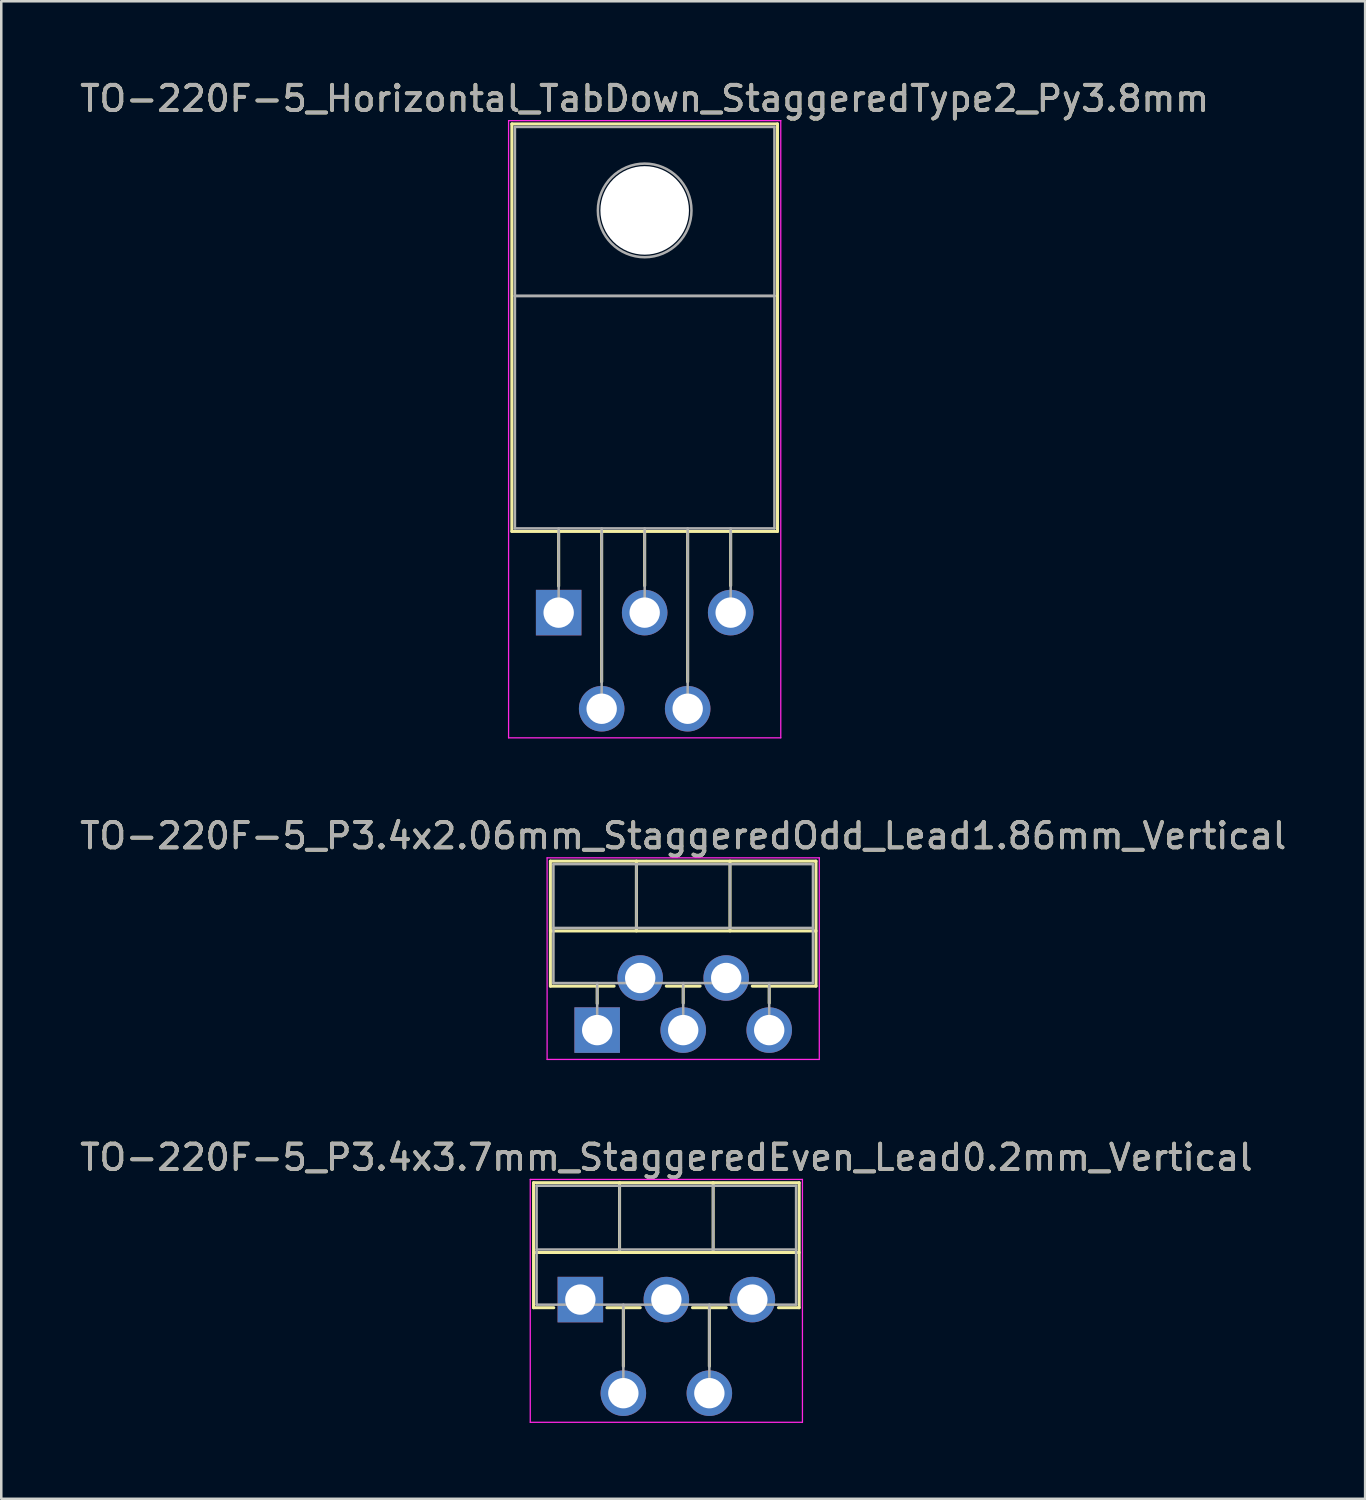
<source format=kicad_pcb>
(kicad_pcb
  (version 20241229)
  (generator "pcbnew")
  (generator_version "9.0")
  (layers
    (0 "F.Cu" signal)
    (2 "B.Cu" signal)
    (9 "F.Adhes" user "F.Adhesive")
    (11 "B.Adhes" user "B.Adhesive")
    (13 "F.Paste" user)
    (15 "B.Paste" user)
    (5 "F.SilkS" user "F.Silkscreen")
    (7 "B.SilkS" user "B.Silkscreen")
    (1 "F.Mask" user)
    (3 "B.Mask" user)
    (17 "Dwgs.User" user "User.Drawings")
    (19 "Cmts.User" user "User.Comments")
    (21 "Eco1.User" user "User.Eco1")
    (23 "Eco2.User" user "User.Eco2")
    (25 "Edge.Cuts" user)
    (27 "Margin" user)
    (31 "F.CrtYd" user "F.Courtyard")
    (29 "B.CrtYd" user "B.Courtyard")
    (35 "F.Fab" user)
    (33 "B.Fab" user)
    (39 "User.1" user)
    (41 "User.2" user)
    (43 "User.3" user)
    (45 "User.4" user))
  (footprint "TO-220F-5_P3.4x2.06mm_StaggeredOdd_Lead1.86mm_Vertical"
    (layer "F.Cu")
    (at 20.558 37.672)
    (property "Reference" "TO-220F-5_P3.4x2.06mm_StaggeredOdd_Lead1.86mm_Vertical" (at 3.4 -7.68 0) (layer "F.SilkS") (effects (font (size 1 1) (thickness 0.15))))
    (attr through_hole)
    (fp_line (start -1.85 -6.68) (end -1.85 -1.739) (stroke (width 0.12) (type solid)) (layer "F.SilkS"))
    (fp_line (start -1.85 -6.68) (end 8.65 -6.68) (stroke (width 0.12) (type solid)) (layer "F.SilkS"))
    (fp_line (start -1.85 -3.921) (end 8.65 -3.921) (stroke (width 0.12) (type solid)) (layer "F.SilkS"))
    (fp_line (start -1.85 -1.739) (end 0.669 -1.739) (stroke (width 0.12) (type solid)) (layer "F.SilkS"))
    (fp_line (start 0 -1.739) (end 0 -1.05) (stroke (width 0.12) (type solid)) (layer "F.SilkS"))
    (fp_line (start 1.55 -6.68) (end 1.55 -3.921) (stroke (width 0.12) (type solid)) (layer "F.SilkS"))
    (fp_line (start 2.732 -1.739) (end 4.069 -1.739) (stroke (width 0.12) (type solid)) (layer "F.SilkS"))
    (fp_line (start 3.4 -1.739) (end 3.4 -1.065) (stroke (width 0.12) (type solid)) (layer "F.SilkS"))
    (fp_line (start 5.25 -6.68) (end 5.25 -3.921) (stroke (width 0.12) (type solid)) (layer "F.SilkS"))
    (fp_line (start 6.132 -1.739) (end 8.65 -1.739) (stroke (width 0.12) (type solid)) (layer "F.SilkS"))
    (fp_line (start 6.8 -1.739) (end 6.8 -1.065) (stroke (width 0.12) (type solid)) (layer "F.SilkS"))
    (fp_line (start 8.65 -6.68) (end 8.65 -1.739) (stroke (width 0.12) (type solid)) (layer "F.SilkS"))
    (fp_line (start -1.98 -6.81) (end -1.98 1.16) (stroke (width 0.05) (type solid)) (layer "F.CrtYd"))
    (fp_line (start -1.98 1.16) (end 8.78 1.16) (stroke (width 0.05) (type solid)) (layer "F.CrtYd"))
    (fp_line (start 8.78 -6.81) (end -1.98 -6.81) (stroke (width 0.05) (type solid)) (layer "F.CrtYd"))
    (fp_line (start 8.78 1.16) (end 8.78 -6.81) (stroke (width 0.05) (type solid)) (layer "F.CrtYd"))
    (fp_line (start -1.73 -6.56) (end -1.73 -1.86) (stroke (width 0.1) (type solid)) (layer "F.Fab"))
    (fp_line (start -1.73 -4.04) (end 8.53 -4.04) (stroke (width 0.1) (type solid)) (layer "F.Fab"))
    (fp_line (start -1.73 -1.86) (end 8.53 -1.86) (stroke (width 0.1) (type solid)) (layer "F.Fab"))
    (fp_line (start 0 -1.86) (end 0 0) (stroke (width 0.1) (type solid)) (layer "F.Fab"))
    (fp_line (start 1.55 -6.56) (end 1.55 -4.04) (stroke (width 0.1) (type solid)) (layer "F.Fab"))
    (fp_line (start 3.4 -1.86) (end 3.4 0) (stroke (width 0.1) (type solid)) (layer "F.Fab"))
    (fp_line (start 5.25 -6.56) (end 5.25 -4.04) (stroke (width 0.1) (type solid)) (layer "F.Fab"))
    (fp_line (start 6.8 -1.86) (end 6.8 0) (stroke (width 0.1) (type solid)) (layer "F.Fab"))
    (fp_line (start 8.53 -6.56) (end -1.73 -6.56) (stroke (width 0.1) (type solid)) (layer "F.Fab"))
    (fp_line (start 8.53 -1.86) (end 8.53 -6.56) (stroke (width 0.1) (type solid)) (layer "F.Fab"))
    (fp_text user "${REFERENCE}" (at 3.4 -7.68 0) (layer "F.Fab") (effects (font (size 1 1) (thickness 0.15))))
    (pad "1" thru_hole rect (at 0 0) (size 1.8 1.8) (drill 1.2) (layers "*.Cu" "*.Mask"))
    (pad "2" thru_hole oval (at 1.7 -2.06) (size 1.8 1.8) (drill 1.2) (layers "*.Cu" "*.Mask"))
    (pad "3" thru_hole oval (at 3.4 0) (size 1.8 1.8) (drill 1.2) (layers "*.Cu" "*.Mask"))
    (pad "4" thru_hole oval (at 5.1 -2.06) (size 1.8 1.8) (drill 1.2) (layers "*.Cu" "*.Mask"))
    (pad "5" thru_hole oval (at 6.8 0) (size 1.8 1.8) (drill 1.2) (layers "*.Cu" "*.Mask")))
  (footprint "TO-220F-5_P3.4x3.7mm_StaggeredEven_Lead0.2mm_Vertical"
    (layer "F.Cu")
    (at 19.892 48.325)
    (property "Reference" "TO-220F-5_P3.4x3.7mm_StaggeredEven_Lead0.2mm_Vertical" (at 3.4 -5.62 0) (layer "F.SilkS") (effects (font (size 1 1) (thickness 0.15))))
    (attr through_hole)
    (fp_line (start -1.85 -4.62) (end -1.85 0.321) (stroke (width 0.12) (type solid)) (layer "F.SilkS"))
    (fp_line (start -1.85 -4.62) (end 8.65 -4.62) (stroke (width 0.12) (type solid)) (layer "F.SilkS"))
    (fp_line (start -1.85 -1.861) (end 8.65 -1.861) (stroke (width 0.12) (type solid)) (layer "F.SilkS"))
    (fp_line (start -1.85 0.321) (end -1.05 0.321) (stroke (width 0.12) (type solid)) (layer "F.SilkS"))
    (fp_line (start 1.05 0.321) (end 2.369 0.321) (stroke (width 0.12) (type solid)) (layer "F.SilkS"))
    (fp_line (start 1.55 -4.62) (end 1.55 -1.861) (stroke (width 0.12) (type solid)) (layer "F.SilkS"))
    (fp_line (start 1.7 0.321) (end 1.7 2.635) (stroke (width 0.12) (type solid)) (layer "F.SilkS"))
    (fp_line (start 4.432 0.321) (end 5.769 0.321) (stroke (width 0.12) (type solid)) (layer "F.SilkS"))
    (fp_line (start 5.1 0.321) (end 5.1 2.635) (stroke (width 0.12) (type solid)) (layer "F.SilkS"))
    (fp_line (start 5.25 -4.62) (end 5.25 -1.861) (stroke (width 0.12) (type solid)) (layer "F.SilkS"))
    (fp_line (start 7.832 0.321) (end 8.65 0.321) (stroke (width 0.12) (type solid)) (layer "F.SilkS"))
    (fp_line (start 8.65 -4.62) (end 8.65 0.321) (stroke (width 0.12) (type solid)) (layer "F.SilkS"))
    (fp_line (start -1.98 -4.75) (end -1.98 4.85) (stroke (width 0.05) (type solid)) (layer "F.CrtYd"))
    (fp_line (start -1.98 4.85) (end 8.78 4.85) (stroke (width 0.05) (type solid)) (layer "F.CrtYd"))
    (fp_line (start 8.78 -4.75) (end -1.98 -4.75) (stroke (width 0.05) (type solid)) (layer "F.CrtYd"))
    (fp_line (start 8.78 4.85) (end 8.78 -4.75) (stroke (width 0.05) (type solid)) (layer "F.CrtYd"))
    (fp_line (start -1.73 -4.5) (end -1.73 0.2) (stroke (width 0.1) (type solid)) (layer "F.Fab"))
    (fp_line (start -1.73 -1.98) (end 8.53 -1.98) (stroke (width 0.1) (type solid)) (layer "F.Fab"))
    (fp_line (start -1.73 0.2) (end 8.53 0.2) (stroke (width 0.1) (type solid)) (layer "F.Fab"))
    (fp_line (start 1.55 -4.5) (end 1.55 -1.98) (stroke (width 0.1) (type solid)) (layer "F.Fab"))
    (fp_line (start 1.7 0.2) (end 1.7 3.7) (stroke (width 0.1) (type solid)) (layer "F.Fab"))
    (fp_line (start 5.1 0.2) (end 5.1 3.7) (stroke (width 0.1) (type solid)) (layer "F.Fab"))
    (fp_line (start 5.25 -4.5) (end 5.25 -1.98) (stroke (width 0.1) (type solid)) (layer "F.Fab"))
    (fp_line (start 8.53 -4.5) (end -1.73 -4.5) (stroke (width 0.1) (type solid)) (layer "F.Fab"))
    (fp_line (start 8.53 0.2) (end 8.53 -4.5) (stroke (width 0.1) (type solid)) (layer "F.Fab"))
    (fp_text user "${REFERENCE}" (at 3.4 -5.62 0) (layer "F.Fab") (effects (font (size 1 1) (thickness 0.15))))
    (pad "1" thru_hole rect (at 0 0) (size 1.8 1.8) (drill 1.2) (layers "*.Cu" "*.Mask"))
    (pad "2" thru_hole oval (at 1.7 3.7) (size 1.8 1.8) (drill 1.2) (layers "*.Cu" "*.Mask"))
    (pad "3" thru_hole oval (at 3.4 0) (size 1.8 1.8) (drill 1.2) (layers "*.Cu" "*.Mask"))
    (pad "4" thru_hole oval (at 5.1 3.7) (size 1.8 1.8) (drill 1.2) (layers "*.Cu" "*.Mask"))
    (pad "5" thru_hole oval (at 6.8 0) (size 1.8 1.8) (drill 1.2) (layers "*.Cu" "*.Mask")))
  (footprint "TO-220F-5_Horizontal_TabDown_StaggeredType2_Py3.8mm"
    (layer "F.Cu")
    (at 19.035 21.168)
    (property "Reference" "TO-220F-5_Horizontal_TabDown_StaggeredType2_Py3.8mm" (at 3.4 -20.32 0) (layer "F.SilkS") (effects (font (size 1 1) (thickness 0.15))))
    (attr through_hole)
    (fp_line (start -1.85 -19.32) (end -1.85 -3.21) (stroke (width 0.12) (type solid)) (layer "F.SilkS"))
    (fp_line (start -1.85 -19.32) (end 8.65 -19.32) (stroke (width 0.12) (type solid)) (layer "F.SilkS"))
    (fp_line (start -1.85 -3.21) (end 8.65 -3.21) (stroke (width 0.12) (type solid)) (layer "F.SilkS"))
    (fp_line (start 0 -3.21) (end 0 -1.05) (stroke (width 0.12) (type solid)) (layer "F.SilkS"))
    (fp_line (start 1.7 -3.21) (end 1.7 2.735) (stroke (width 0.12) (type solid)) (layer "F.SilkS"))
    (fp_line (start 3.4 -3.21) (end 3.4 -1.066) (stroke (width 0.12) (type solid)) (layer "F.SilkS"))
    (fp_line (start 5.1 -3.21) (end 5.1 2.735) (stroke (width 0.12) (type solid)) (layer "F.SilkS"))
    (fp_line (start 6.8 -3.21) (end 6.8 -1.066) (stroke (width 0.12) (type solid)) (layer "F.SilkS"))
    (fp_line (start 8.65 -19.32) (end 8.65 -3.21) (stroke (width 0.12) (type solid)) (layer "F.SilkS"))
    (fp_line (start -1.98 -19.45) (end -1.98 4.95) (stroke (width 0.05) (type solid)) (layer "F.CrtYd"))
    (fp_line (start -1.98 4.95) (end 8.78 4.95) (stroke (width 0.05) (type solid)) (layer "F.CrtYd"))
    (fp_line (start 8.78 -19.45) (end -1.98 -19.45) (stroke (width 0.05) (type solid)) (layer "F.CrtYd"))
    (fp_line (start 8.78 4.95) (end 8.78 -19.45) (stroke (width 0.05) (type solid)) (layer "F.CrtYd"))
    (fp_line (start -1.73 -19.2) (end 8.53 -19.2) (stroke (width 0.1) (type solid)) (layer "F.Fab"))
    (fp_line (start -1.73 -12.52) (end -1.73 -19.2) (stroke (width 0.1) (type solid)) (layer "F.Fab"))
    (fp_line (start -1.73 -12.52) (end 8.53 -12.52) (stroke (width 0.1) (type solid)) (layer "F.Fab"))
    (fp_line (start -1.73 -3.33) (end -1.73 -12.52) (stroke (width 0.1) (type solid)) (layer "F.Fab"))
    (fp_line (start 0 -3.33) (end 0 0) (stroke (width 0.1) (type solid)) (layer "F.Fab"))
    (fp_line (start 1.7 -3.33) (end 1.7 3.8) (stroke (width 0.1) (type solid)) (layer "F.Fab"))
    (fp_line (start 3.4 -3.33) (end 3.4 0) (stroke (width 0.1) (type solid)) (layer "F.Fab"))
    (fp_line (start 5.1 -3.33) (end 5.1 3.8) (stroke (width 0.1) (type solid)) (layer "F.Fab"))
    (fp_line (start 6.8 -3.33) (end 6.8 0) (stroke (width 0.1) (type solid)) (layer "F.Fab"))
    (fp_line (start 8.53 -19.2) (end 8.53 -12.52) (stroke (width 0.1) (type solid)) (layer "F.Fab"))
    (fp_line (start 8.53 -12.52) (end -1.73 -12.52) (stroke (width 0.1) (type solid)) (layer "F.Fab"))
    (fp_line (start 8.53 -12.52) (end 8.53 -3.33) (stroke (width 0.1) (type solid)) (layer "F.Fab"))
    (fp_line (start 8.53 -3.33) (end -1.73 -3.33) (stroke (width 0.1) (type solid)) (layer "F.Fab"))
    (fp_circle (center 3.4 -15.9) (end 5.25 -15.9) (stroke (width 0.1) (type solid)) (fill no) (layer "F.Fab"))
    (fp_text user "${REFERENCE}" (at 3.4 -20.32 0) (layer "F.Fab") (effects (font (size 1 1) (thickness 0.15))))
    (pad "" np_thru_hole oval (at 3.4 -15.9) (size 3.5 3.5) (drill 3.5) (layers "*.Cu" "*.Mask"))
    (pad "1" thru_hole rect (at 0 0) (size 1.8 1.8) (drill 1.2) (layers "*.Cu" "*.Mask"))
    (pad "2" thru_hole oval (at 1.7 3.8) (size 1.8 1.8) (drill 1.2) (layers "*.Cu" "*.Mask"))
    (pad "3" thru_hole oval (at 3.4 0) (size 1.8 1.8) (drill 1.2) (layers "*.Cu" "*.Mask"))
    (pad "4" thru_hole oval (at 5.1 3.8) (size 1.8 1.8) (drill 1.2) (layers "*.Cu" "*.Mask"))
    (pad "5" thru_hole oval (at 6.8 0) (size 1.8 1.8) (drill 1.2) (layers "*.Cu" "*.Mask")))
  (gr_rect
    (start -3 -3)
    (end 50.917 56.2)
    (stroke (width 0.1) (type default))
    (fill no)
    (layer "Edge.Cuts")))
</source>
